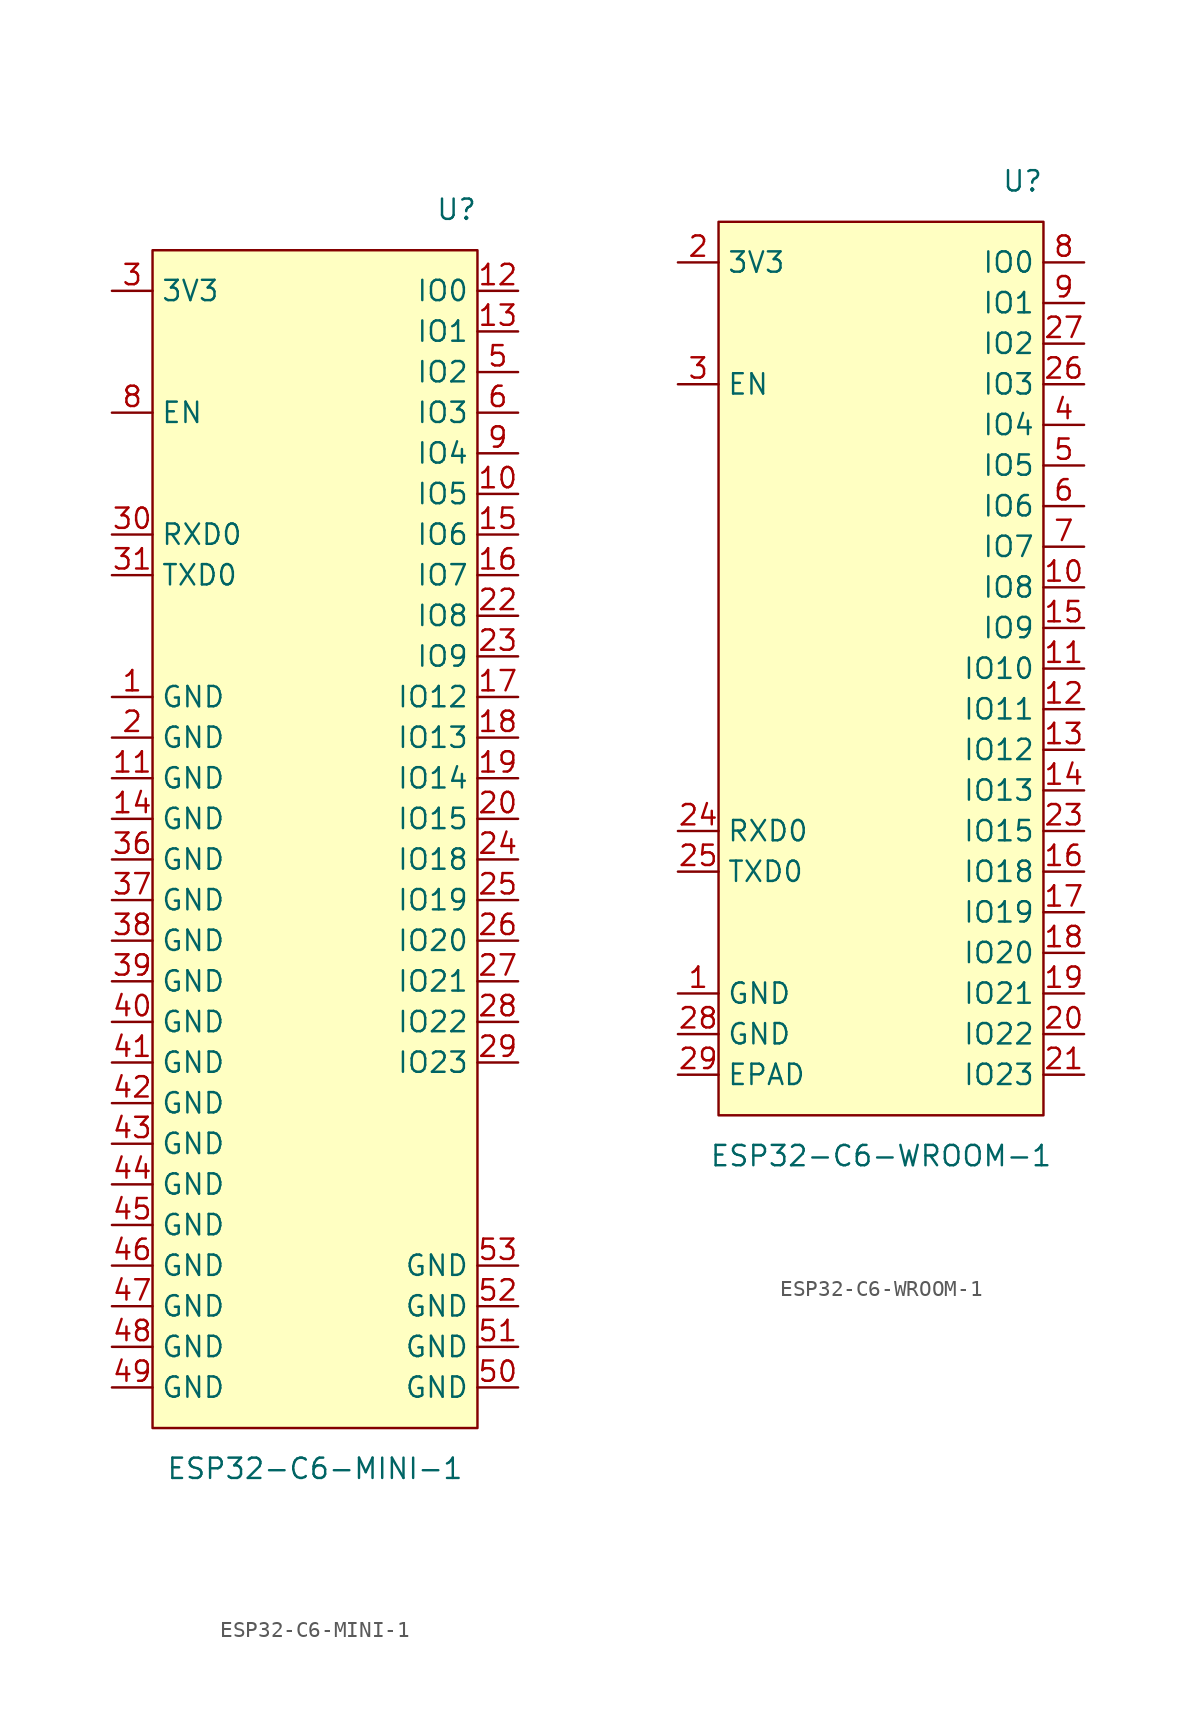
<source format=kicad_sym>
(kicad_symbol_lib
  (version 20231120)
  (generator "kicad_symbol_editor")
  (generator_version "8.0")
  (symbol "ESP32-C6-MINI-1"
    (property "Reference" "U"
      (at 10.16 39.37 0)
      (effects (font (size 1.27 1.27)) (justify right)))
    (property "Value" "ESP32-C6-MINI-1"
      (at 0 -39.37 0)
      (effects (font (size 1.27 1.27))))
    (symbol "ESP32-C6-MINI-1_0_0"
      (pin power_in line (at -12.7 8.89 0) (length 2.54) (name "GND" (effects (font (size 1.27 1.27)))) (number "1" (effects (font (size 1.27 1.27)))))
      (pin bidirectional line (at 12.7 21.59 180) (length 2.54) (name "IO5" (effects (font (size 1.27 1.27)))) (number "10" (effects (font (size 1.27 1.27)))))
      (pin power_in line (at -12.7 3.81 0) (length 2.54) (name "GND" (effects (font (size 1.27 1.27)))) (number "11" (effects (font (size 1.27 1.27)))))
      (pin bidirectional line (at 12.7 34.29 180) (length 2.54) (name "IO0" (effects (font (size 1.27 1.27)))) (number "12" (effects (font (size 1.27 1.27)))))
      (pin bidirectional line (at 12.7 31.75 180) (length 2.54) (name "IO1" (effects (font (size 1.27 1.27)))) (number "13" (effects (font (size 1.27 1.27)))))
      (pin power_in line (at -12.7 1.27 0) (length 2.54) (name "GND" (effects (font (size 1.27 1.27)))) (number "14" (effects (font (size 1.27 1.27)))))
      (pin bidirectional line (at 12.7 19.05 180) (length 2.54) (name "IO6" (effects (font (size 1.27 1.27)))) (number "15" (effects (font (size 1.27 1.27)))))
      (pin bidirectional line (at 12.7 16.51 180) (length 2.54) (name "IO7" (effects (font (size 1.27 1.27)))) (number "16" (effects (font (size 1.27 1.27)))))
      (pin bidirectional line (at 12.7 8.89 180) (length 2.54) (name "IO12" (effects (font (size 1.27 1.27)))) (number "17" (effects (font (size 1.27 1.27)))))
      (pin bidirectional line (at 12.7 6.35 180) (length 2.54) (name "IO13" (effects (font (size 1.27 1.27)))) (number "18" (effects (font (size 1.27 1.27)))))
      (pin bidirectional line (at 12.7 3.81 180) (length 2.54) (name "IO14" (effects (font (size 1.27 1.27)))) (number "19" (effects (font (size 1.27 1.27)))))
      (pin power_in line (at -12.7 6.35 0) (length 2.54) (name "GND" (effects (font (size 1.27 1.27)))) (number "2" (effects (font (size 1.27 1.27)))))
      (pin bidirectional line (at 12.7 1.27 180) (length 2.54) (name "IO15" (effects (font (size 1.27 1.27)))) (number "20" (effects (font (size 1.27 1.27)))))
      (pin bidirectional line (at 12.7 13.97 180) (length 2.54) (name "IO8" (effects (font (size 1.27 1.27)))) (number "22" (effects (font (size 1.27 1.27)))))
      (pin bidirectional line (at 12.7 11.43 180) (length 2.54) (name "IO9" (effects (font (size 1.27 1.27)))) (number "23" (effects (font (size 1.27 1.27)))))
      (pin bidirectional line (at 12.7 -1.27 180) (length 2.54) (name "IO18" (effects (font (size 1.27 1.27)))) (number "24" (effects (font (size 1.27 1.27)))))
      (pin bidirectional line (at 12.7 -3.81 180) (length 2.54) (name "IO19" (effects (font (size 1.27 1.27)))) (number "25" (effects (font (size 1.27 1.27)))))
      (pin bidirectional line (at 12.7 -6.35 180) (length 2.54) (name "IO20" (effects (font (size 1.27 1.27)))) (number "26" (effects (font (size 1.27 1.27)))))
      (pin bidirectional line (at 12.7 -8.89 180) (length 2.54) (name "IO21" (effects (font (size 1.27 1.27)))) (number "27" (effects (font (size 1.27 1.27)))))
      (pin bidirectional line (at 12.7 -11.43 180) (length 2.54) (name "IO22" (effects (font (size 1.27 1.27)))) (number "28" (effects (font (size 1.27 1.27)))))
      (pin bidirectional line (at 12.7 -13.97 180) (length 2.54) (name "IO23" (effects (font (size 1.27 1.27)))) (number "29" (effects (font (size 1.27 1.27)))))
      (pin power_in line (at -12.7 34.29 0) (length 2.54) (name "3V3" (effects (font (size 1.27 1.27)))) (number "3" (effects (font (size 1.27 1.27)))))
      (pin bidirectional line (at -12.7 19.05 0) (length 2.54) (name "RXD0" (effects (font (size 1.27 1.27)))) (number "30" (effects (font (size 1.27 1.27)))))
      (pin bidirectional line (at -12.7 16.51 0) (length 2.54) (name "TXD0" (effects (font (size 1.27 1.27)))) (number "31" (effects (font (size 1.27 1.27)))))
      (pin power_in line (at -12.7 -1.27 0) (length 2.54) (name "GND" (effects (font (size 1.27 1.27)))) (number "36" (effects (font (size 1.27 1.27)))))
      (pin power_in line (at -12.7 -3.81 0) (length 2.54) (name "GND" (effects (font (size 1.27 1.27)))) (number "37" (effects (font (size 1.27 1.27)))))
      (pin power_in line (at -12.7 -6.35 0) (length 2.54) (name "GND" (effects (font (size 1.27 1.27)))) (number "38" (effects (font (size 1.27 1.27)))))
      (pin power_in line (at -12.7 -8.89 0) (length 2.54) (name "GND" (effects (font (size 1.27 1.27)))) (number "39" (effects (font (size 1.27 1.27)))))
      (pin power_in line (at -12.7 -11.43 0) (length 2.54) (name "GND" (effects (font (size 1.27 1.27)))) (number "40" (effects (font (size 1.27 1.27)))))
      (pin power_in line (at -12.7 -13.97 0) (length 2.54) (name "GND" (effects (font (size 1.27 1.27)))) (number "41" (effects (font (size 1.27 1.27)))))
      (pin power_in line (at -12.7 -16.51 0) (length 2.54) (name "GND" (effects (font (size 1.27 1.27)))) (number "42" (effects (font (size 1.27 1.27)))))
      (pin power_in line (at -12.7 -19.05 0) (length 2.54) (name "GND" (effects (font (size 1.27 1.27)))) (number "43" (effects (font (size 1.27 1.27)))))
      (pin power_in line (at -12.7 -21.59 0) (length 2.54) (name "GND" (effects (font (size 1.27 1.27)))) (number "44" (effects (font (size 1.27 1.27)))))
      (pin power_in line (at -12.7 -24.13 0) (length 2.54) (name "GND" (effects (font (size 1.27 1.27)))) (number "45" (effects (font (size 1.27 1.27)))))
      (pin power_in line (at -12.7 -26.67 0) (length 2.54) (name "GND" (effects (font (size 1.27 1.27)))) (number "46" (effects (font (size 1.27 1.27)))))
      (pin power_in line (at -12.7 -29.21 0) (length 2.54) (name "GND" (effects (font (size 1.27 1.27)))) (number "47" (effects (font (size 1.27 1.27)))))
      (pin power_in line (at -12.7 -31.75 0) (length 2.54) (name "GND" (effects (font (size 1.27 1.27)))) (number "48" (effects (font (size 1.27 1.27)))))
      (pin power_in line (at -12.7 -34.29 0) (length 2.54) (name "GND" (effects (font (size 1.27 1.27)))) (number "49" (effects (font (size 1.27 1.27)))))
      (pin bidirectional line (at 12.7 29.21 180) (length 2.54) (name "IO2" (effects (font (size 1.27 1.27)))) (number "5" (effects (font (size 1.27 1.27)))))
      (pin power_in line (at 12.7 -34.29 180) (length 2.54) (name "GND" (effects (font (size 1.27 1.27)))) (number "50" (effects (font (size 1.27 1.27)))))
      (pin power_in line (at 12.7 -31.75 180) (length 2.54) (name "GND" (effects (font (size 1.27 1.27)))) (number "51" (effects (font (size 1.27 1.27)))))
      (pin power_in line (at 12.7 -29.21 180) (length 2.54) (name "GND" (effects (font (size 1.27 1.27)))) (number "52" (effects (font (size 1.27 1.27)))))
      (pin power_in line (at 12.7 -26.67 180) (length 2.54) (name "GND" (effects (font (size 1.27 1.27)))) (number "53" (effects (font (size 1.27 1.27)))))
      (pin bidirectional line (at 12.7 26.67 180) (length 2.54) (name "IO3" (effects (font (size 1.27 1.27)))) (number "6" (effects (font (size 1.27 1.27)))))
      (pin input line (at -12.7 26.67 0) (length 2.54) (name "EN" (effects (font (size 1.27 1.27)))) (number "8" (effects (font (size 1.27 1.27)))))
      (pin bidirectional line (at 12.7 24.13 180) (length 2.54) (name "IO4" (effects (font (size 1.27 1.27)))) (number "9" (effects (font (size 1.27 1.27))))))
    (symbol "ESP32-C6-MINI-1_1_0"
      (pin no_connect line (at 0 0 0) (length 2.54) hide (name "NC" (effects (font (size 1.27 1.27)))) (number "21" (effects (font (size 1.27 1.27)))))
      (pin no_connect line (at 0 0 0) (length 2.54) hide (name "NC" (effects (font (size 1.27 1.27)))) (number "32" (effects (font (size 1.27 1.27)))))
      (pin no_connect line (at 0 0 0) (length 2.54) hide (name "NC" (effects (font (size 1.27 1.27)))) (number "33" (effects (font (size 1.27 1.27)))))
      (pin no_connect line (at 0 0 0) (length 2.54) hide (name "NC" (effects (font (size 1.27 1.27)))) (number "34" (effects (font (size 1.27 1.27)))))
      (pin no_connect line (at 0 0 0) (length 2.54) hide (name "NC" (effects (font (size 1.27 1.27)))) (number "35" (effects (font (size 1.27 1.27)))))
      (pin no_connect line (at 0 0 0) (length 2.54) hide (name "NC" (effects (font (size 1.27 1.27)))) (number "4" (effects (font (size 1.27 1.27)))))
      (pin no_connect line (at 0 0 0) (length 2.54) hide (name "NC" (effects (font (size 1.27 1.27)))) (number "7" (effects (font (size 1.27 1.27))))))
    (symbol "ESP32-C6-MINI-1_1_1"
      (rectangle (start -10.16 36.83) (end 10.16 -36.83) (stroke (width 0) (type default)) (fill (type background)))))
  (symbol "ESP32-C6-WROOM-1"
    (property "Reference" "U"
      (at 10.16 30.48 0)
      (effects (font (size 1.27 1.27)) (justify right)))
    (property "Value" "ESP32-C6-WROOM-1"
      (at 0 -30.48 0)
      (effects (font (size 1.27 1.27))))
    (symbol "ESP32-C6-WROOM-1_0_0"
      (pin power_in line (at -12.7 -20.32 0) (length 2.54) (name "GND" (effects (font (size 1.27 1.27)))) (number "1" (effects (font (size 1.27 1.27)))))
      (pin bidirectional line (at 12.7 5.08 180) (length 2.54) (name "IO8" (effects (font (size 1.27 1.27)))) (number "10" (effects (font (size 1.27 1.27)))))
      (pin bidirectional line (at 12.7 0 180) (length 2.54) (name "IO10" (effects (font (size 1.27 1.27)))) (number "11" (effects (font (size 1.27 1.27)))))
      (pin bidirectional line (at 12.7 -2.54 180) (length 2.54) (name "IO11" (effects (font (size 1.27 1.27)))) (number "12" (effects (font (size 1.27 1.27)))))
      (pin bidirectional line (at 12.7 -5.08 180) (length 2.54) (name "IO12" (effects (font (size 1.27 1.27)))) (number "13" (effects (font (size 1.27 1.27)))))
      (pin bidirectional line (at 12.7 -7.62 180) (length 2.54) (name "IO13" (effects (font (size 1.27 1.27)))) (number "14" (effects (font (size 1.27 1.27)))))
      (pin bidirectional line (at 12.7 2.54 180) (length 2.54) (name "IO9" (effects (font (size 1.27 1.27)))) (number "15" (effects (font (size 1.27 1.27)))))
      (pin bidirectional line (at 12.7 -12.7 180) (length 2.54) (name "IO18" (effects (font (size 1.27 1.27)))) (number "16" (effects (font (size 1.27 1.27)))))
      (pin bidirectional line (at 12.7 -15.24 180) (length 2.54) (name "IO19" (effects (font (size 1.27 1.27)))) (number "17" (effects (font (size 1.27 1.27)))))
      (pin bidirectional line (at 12.7 -17.78 180) (length 2.54) (name "IO20" (effects (font (size 1.27 1.27)))) (number "18" (effects (font (size 1.27 1.27)))))
      (pin bidirectional line (at 12.7 -20.32 180) (length 2.54) (name "IO21" (effects (font (size 1.27 1.27)))) (number "19" (effects (font (size 1.27 1.27)))))
      (pin power_in line (at -12.7 25.4 0) (length 2.54) (name "3V3" (effects (font (size 1.27 1.27)))) (number "2" (effects (font (size 1.27 1.27)))))
      (pin bidirectional line (at 12.7 -22.86 180) (length 2.54) (name "IO22" (effects (font (size 1.27 1.27)))) (number "20" (effects (font (size 1.27 1.27)))))
      (pin bidirectional line (at 12.7 -25.4 180) (length 2.54) (name "IO23" (effects (font (size 1.27 1.27)))) (number "21" (effects (font (size 1.27 1.27)))))
      (pin bidirectional line (at 12.7 -10.16 180) (length 2.54) (name "IO15" (effects (font (size 1.27 1.27)))) (number "23" (effects (font (size 1.27 1.27)))))
      (pin bidirectional line (at -12.7 -10.16 0) (length 2.54) (name "RXD0" (effects (font (size 1.27 1.27)))) (number "24" (effects (font (size 1.27 1.27)))))
      (pin bidirectional line (at -12.7 -12.7 0) (length 2.54) (name "TXD0" (effects (font (size 1.27 1.27)))) (number "25" (effects (font (size 1.27 1.27)))))
      (pin bidirectional line (at 12.7 17.78 180) (length 2.54) (name "IO3" (effects (font (size 1.27 1.27)))) (number "26" (effects (font (size 1.27 1.27)))))
      (pin bidirectional line (at 12.7 20.32 180) (length 2.54) (name "IO2" (effects (font (size 1.27 1.27)))) (number "27" (effects (font (size 1.27 1.27)))))
      (pin power_in line (at -12.7 -22.86 0) (length 2.54) (name "GND" (effects (font (size 1.27 1.27)))) (number "28" (effects (font (size 1.27 1.27)))))
      (pin power_in line (at -12.7 -25.4 0) (length 2.54) (name "EPAD" (effects (font (size 1.27 1.27)))) (number "29" (effects (font (size 1.27 1.27)))))
      (pin input line (at -12.7 17.78 0) (length 2.54) (name "EN" (effects (font (size 1.27 1.27)))) (number "3" (effects (font (size 1.27 1.27)))))
      (pin bidirectional line (at 12.7 15.24 180) (length 2.54) (name "IO4" (effects (font (size 1.27 1.27)))) (number "4" (effects (font (size 1.27 1.27)))))
      (pin bidirectional line (at 12.7 12.7 180) (length 2.54) (name "IO5" (effects (font (size 1.27 1.27)))) (number "5" (effects (font (size 1.27 1.27)))))
      (pin bidirectional line (at 12.7 10.16 180) (length 2.54) (name "IO6" (effects (font (size 1.27 1.27)))) (number "6" (effects (font (size 1.27 1.27)))))
      (pin bidirectional line (at 12.7 7.62 180) (length 2.54) (name "IO7" (effects (font (size 1.27 1.27)))) (number "7" (effects (font (size 1.27 1.27)))))
      (pin bidirectional line (at 12.7 25.4 180) (length 2.54) (name "IO0" (effects (font (size 1.27 1.27)))) (number "8" (effects (font (size 1.27 1.27)))))
      (pin bidirectional line (at 12.7 22.86 180) (length 2.54) (name "IO1" (effects (font (size 1.27 1.27)))) (number "9" (effects (font (size 1.27 1.27))))))
    (symbol "ESP32-C6-WROOM-1_1_0"
      (pin no_connect line (at 0 0 0) (length 2.54) hide (name "NC" (effects (font (size 1.27 1.27)))) (number "22" (effects (font (size 1.27 1.27))))))
    (symbol "ESP32-C6-WROOM-1_1_1"
      (rectangle (start -10.16 27.94) (end 10.16 -27.94) (stroke (width 0) (type default)) (fill (type background))))))
</source>
